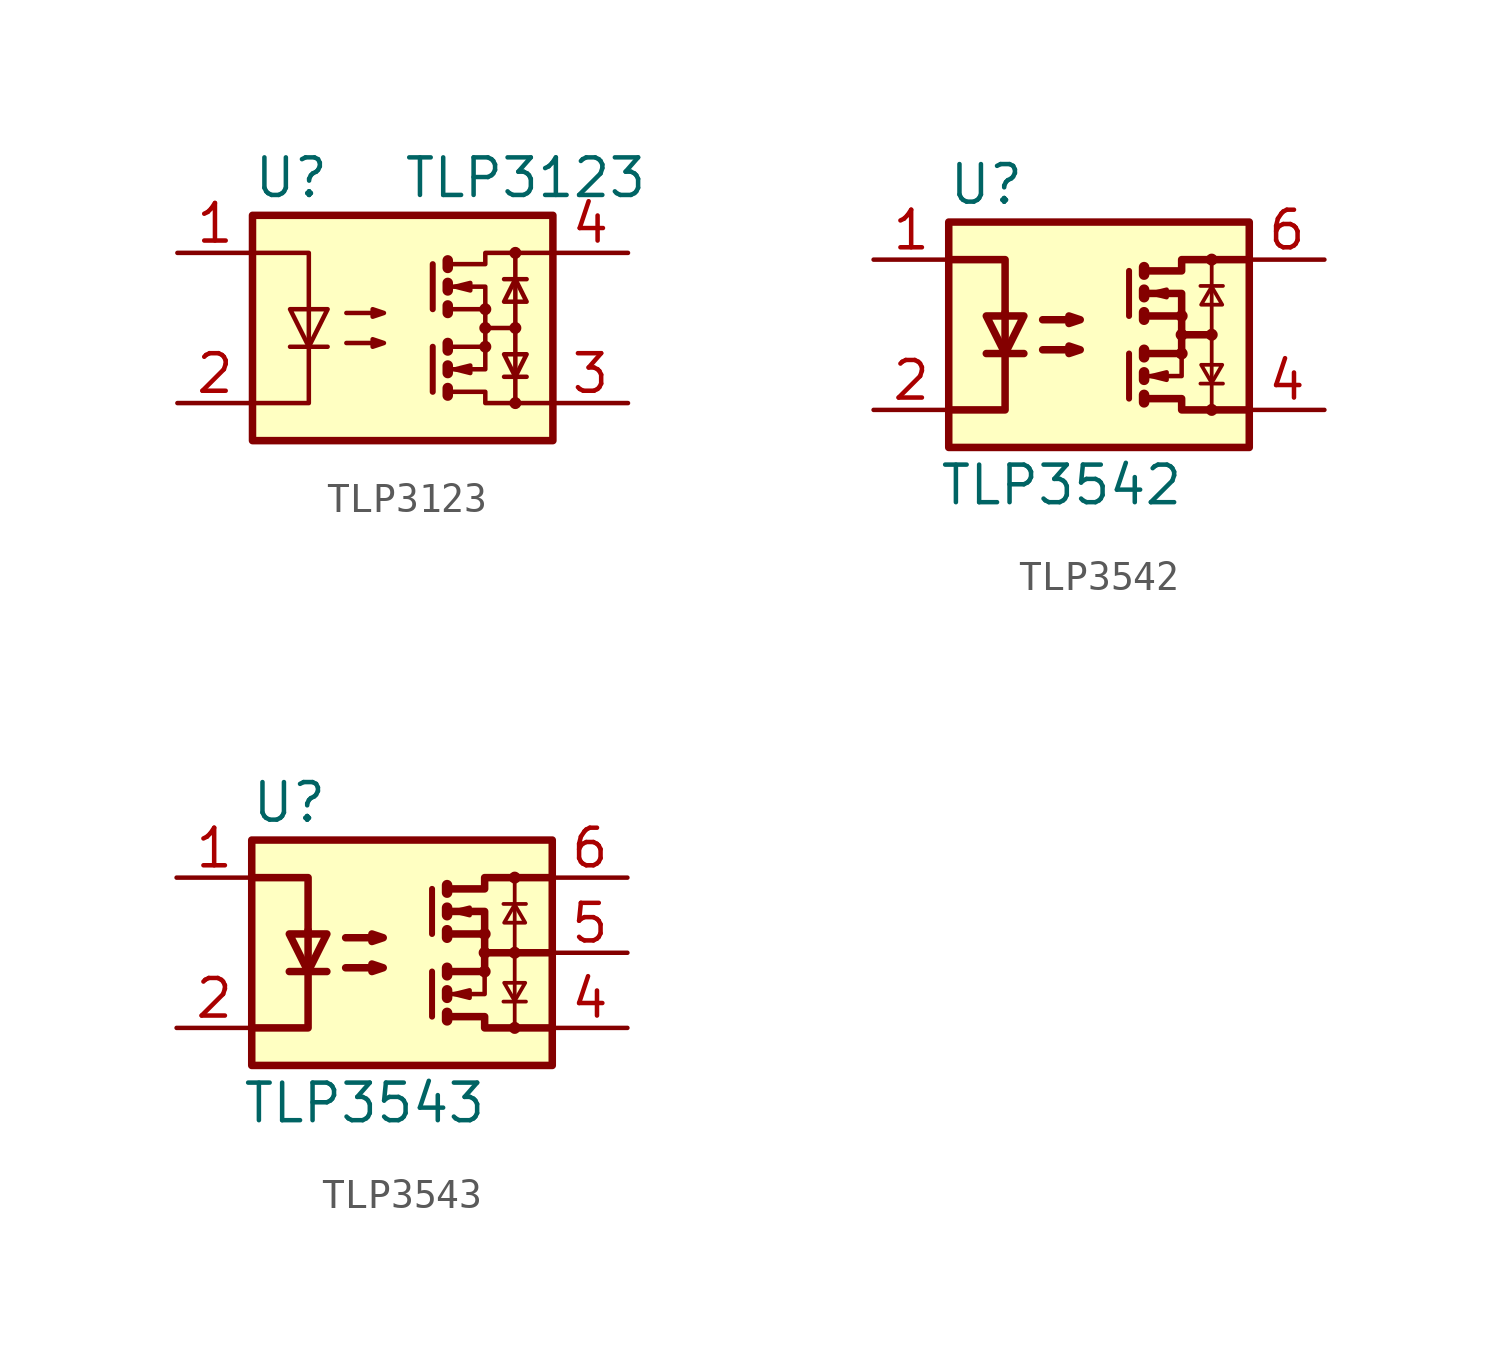
<source format=kicad_sym>
(kicad_symbol_lib
  (version 20201005)
  (generator kicad_symbol_editor)
  (symbol "TLP3123"
    (property "Reference" "U"
      (at -5.08 5.08 0)
      (effects (font (size 1.27 1.27)) (justify left)))
    (property "Value" "TLP3123"
      (at 0 5.08 0)
      (effects (font (size 1.27 1.27)) (justify left)))
    (symbol "TLP3123_0_1"
      (circle (center 2.794 -0.635) (radius 0.127) (stroke (width 0)) (fill (type none)))
      (circle (center 2.794 0) (radius 0.127) (stroke (width 0)) (fill (type none)))
      (circle (center 2.794 0.635) (radius 0.127) (stroke (width 0)) (fill (type none)))
      (circle (center 3.81 -2.54) (radius 0.127) (stroke (width 0)) (fill (type none)))
      (circle (center 3.81 0) (radius 0.127) (stroke (width 0)) (fill (type none)))
      (circle (center 3.81 2.54) (radius 0.127) (stroke (width 0)) (fill (type none)))
      (rectangle (start -5.08 3.81) (end 5.08 -3.81) (stroke (width 0.254)) (fill (type background)))
      (polyline (pts (xy -3.81 -0.635) (xy -2.54 -0.635)) (stroke (width 0)) (fill (type none)))
      (polyline (pts (xy -3.175 0.635) (xy -3.175 -0.635)) (stroke (width 0)) (fill (type none)))
      (polyline (pts (xy 1.016 -0.635) (xy 1.016 -2.159)) (stroke (width 0.203)) (fill (type none)))
      (polyline (pts (xy 1.016 2.159) (xy 1.016 0.635)) (stroke (width 0.203)) (fill (type none)))
      (polyline (pts (xy 1.524 -0.508) (xy 1.524 -0.762)) (stroke (width 0.356)) (fill (type none)))
      (polyline (pts (xy 2.794 0) (xy 3.81 0)) (stroke (width 0)) (fill (type none)))
      (polyline (pts (xy 3.429 -1.651) (xy 4.191 -1.651)) (stroke (width 0)) (fill (type none)))
      (polyline (pts (xy 3.429 1.651) (xy 4.191 1.651)) (stroke (width 0)) (fill (type none)))
      (polyline (pts (xy 3.81 0) (xy 3.81 -2.54)) (stroke (width 0)) (fill (type none)))
      (polyline (pts (xy 3.81 0) (xy 3.81 2.54)) (stroke (width 0)) (fill (type none)))
      (polyline (pts (xy -5.08 2.54) (xy -3.175 2.54) (xy -3.175 0.635)) (stroke (width 0)) (fill (type none)))
      (polyline (pts (xy -3.175 -0.635) (xy -3.175 -2.54) (xy -5.08 -2.54)) (stroke (width 0)) (fill (type none)))
      (polyline (pts (xy 1.524 -2.032) (xy 1.524 -2.286) (xy 1.524 -2.286)) (stroke (width 0.356)) (fill (type none)))
      (polyline (pts (xy 1.524 -1.27) (xy 1.524 -1.524) (xy 1.524 -1.524)) (stroke (width 0.356)) (fill (type none)))
      (polyline (pts (xy 1.524 0.762) (xy 1.524 0.508) (xy 1.524 0.508)) (stroke (width 0.356)) (fill (type none)))
      (polyline (pts (xy 1.524 1.524) (xy 1.524 1.27) (xy 1.524 1.27)) (stroke (width 0.356)) (fill (type none)))
      (polyline (pts (xy 1.524 2.286) (xy 1.524 2.032) (xy 1.524 2.032)) (stroke (width 0.356)) (fill (type none)))
      (polyline (pts (xy 1.651 -1.397) (xy 2.794 -1.397) (xy 2.794 -0.635)) (stroke (width 0)) (fill (type none)))
      (polyline (pts (xy 1.651 1.397) (xy 2.794 1.397) (xy 2.794 0.635)) (stroke (width 0)) (fill (type none)))
      (polyline (pts (xy -3.175 -0.635) (xy -3.81 0.635) (xy -2.54 0.635) (xy -3.175 -0.635)) (stroke (width 0)) (fill (type none)))
      (polyline (pts (xy 1.651 -2.159) (xy 2.794 -2.159) (xy 2.794 -2.54) (xy 5.08 -2.54)) (stroke (width 0)) (fill (type none)))
      (polyline (pts (xy 1.651 -0.635) (xy 2.794 -0.635) (xy 2.794 0.635) (xy 1.651 0.635)) (stroke (width 0)) (fill (type none)))
      (polyline (pts (xy 1.651 2.159) (xy 2.794 2.159) (xy 2.794 2.54) (xy 5.08 2.54)) (stroke (width 0)) (fill (type none)))
      (polyline (pts (xy 1.778 -1.397) (xy 2.286 -1.27) (xy 2.286 -1.524) (xy 1.778 -1.397)) (stroke (width 0)) (fill (type none)))
      (polyline (pts (xy 1.778 1.397) (xy 2.286 1.524) (xy 2.286 1.27) (xy 1.778 1.397)) (stroke (width 0)) (fill (type none)))
      (polyline (pts (xy 3.81 -1.651) (xy 3.429 -0.889) (xy 4.191 -0.889) (xy 3.81 -1.651)) (stroke (width 0)) (fill (type none)))
      (polyline (pts (xy 3.81 1.651) (xy 3.429 0.889) (xy 4.191 0.889) (xy 3.81 1.651)) (stroke (width 0)) (fill (type none)))
      (polyline (pts (xy -1.905 -0.508) (xy -0.635 -0.508) (xy -1.016 -0.635) (xy -1.016 -0.381) (xy -0.635 -0.508)) (stroke (width 0)) (fill (type none)))
      (polyline (pts (xy -1.905 0.508) (xy -0.635 0.508) (xy -1.016 0.381) (xy -1.016 0.635) (xy -0.635 0.508)) (stroke (width 0)) (fill (type none))))
    (symbol "TLP3123_1_1"
      (pin passive line (at -7.62 2.54 0) (length 2.54) (name "~" (effects (font (size 1.27 1.27)))) (number "1" (effects (font (size 1.27 1.27)))))
      (pin passive line (at -7.62 -2.54 0) (length 2.54) (name "~" (effects (font (size 1.27 1.27)))) (number "2" (effects (font (size 1.27 1.27)))))
      (pin passive line (at 7.62 -2.54 180) (length 2.54) (name "~" (effects (font (size 1.27 1.27)))) (number "3" (effects (font (size 1.27 1.27)))))
      (pin passive line (at 7.62 2.54 180) (length 2.54) (name "~" (effects (font (size 1.27 1.27)))) (number "4" (effects (font (size 1.27 1.27)))))))
  (symbol "TLP3542"
    (pin_names
      (offset 1.016))
    (property "Reference" "U"
      (at -3.81 5.08 0)
      (effects (font (size 1.27 1.27))))
    (property "Value" "TLP3542"
      (at -1.27 -5.08 0)
      (effects (font (size 1.27 1.27))))
    (symbol "TLP3542_0_1"
      (circle (center 2.794 -0.635) (radius 0.127) (stroke (width 0)) (fill (type none)))
      (circle (center 2.794 0) (radius 0.127) (stroke (width 0)) (fill (type none)))
      (circle (center 2.794 0.635) (radius 0.127) (stroke (width 0)) (fill (type none)))
      (circle (center 3.81 -2.54) (radius 0.127) (stroke (width 0)) (fill (type none)))
      (circle (center 3.81 0) (radius 0.127) (stroke (width 0)) (fill (type none)))
      (circle (center 3.81 2.54) (radius 0.127) (stroke (width 0)) (fill (type none)))
      (polyline (pts (xy -3.81 -0.635) (xy -2.54 -0.635)) (stroke (width 0.254)) (fill (type none)))
      (polyline (pts (xy -3.175 -0.635) (xy -3.175 0.762)) (stroke (width 0.254)) (fill (type none)))
      (polyline (pts (xy 1.016 -0.635) (xy 1.016 -2.159)) (stroke (width 0.203)) (fill (type none)))
      (polyline (pts (xy 1.016 2.159) (xy 1.016 0.635)) (stroke (width 0.203)) (fill (type none)))
      (polyline (pts (xy 1.524 -0.508) (xy 1.524 -0.762)) (stroke (width 0.356)) (fill (type none)))
      (polyline (pts (xy 2.794 0) (xy 3.81 0)) (stroke (width 0.254)) (fill (type none)))
      (polyline (pts (xy 3.429 -1.651) (xy 4.191 -1.651)) (stroke (width 0.127)) (fill (type none)))
      (polyline (pts (xy 3.429 1.651) (xy 4.191 1.651)) (stroke (width 0.127)) (fill (type none)))
      (polyline (pts (xy 3.81 0) (xy 3.81 -2.54)) (stroke (width 0.127)) (fill (type none)))
      (polyline (pts (xy 3.81 0) (xy 3.81 2.54)) (stroke (width 0.127)) (fill (type none)))
      (polyline (pts (xy -5.08 2.54) (xy -3.175 2.54) (xy -3.175 0.635)) (stroke (width 0.254)) (fill (type none)))
      (polyline (pts (xy -3.175 -0.635) (xy -3.175 -2.54) (xy -5.08 -2.54)) (stroke (width 0.254)) (fill (type none)))
      (polyline (pts (xy 1.524 -2.032) (xy 1.524 -2.286) (xy 1.524 -2.286)) (stroke (width 0.356)) (fill (type none)))
      (polyline (pts (xy 1.524 -1.27) (xy 1.524 -1.524) (xy 1.524 -1.524)) (stroke (width 0.356)) (fill (type none)))
      (polyline (pts (xy 1.524 0.762) (xy 1.524 0.508) (xy 1.524 0.508)) (stroke (width 0.356)) (fill (type none)))
      (polyline (pts (xy 1.524 1.524) (xy 1.524 1.27) (xy 1.524 1.27)) (stroke (width 0.356)) (fill (type none)))
      (polyline (pts (xy 1.524 2.286) (xy 1.524 2.032) (xy 1.524 2.032)) (stroke (width 0.356)) (fill (type none)))
      (polyline (pts (xy 1.651 -1.397) (xy 2.794 -1.397) (xy 2.794 -0.635)) (stroke (width 0)) (fill (type none)))
      (polyline (pts (xy 1.651 1.397) (xy 2.794 1.397) (xy 2.794 0.635)) (stroke (width 0.254)) (fill (type none)))
      (polyline (pts (xy -3.175 -0.635) (xy -2.54 0.635) (xy -3.81 0.635) (xy -3.175 -0.635)) (stroke (width 0.254)) (fill (type none)))
      (polyline (pts (xy 1.651 -2.159) (xy 2.794 -2.159) (xy 2.794 -2.54) (xy 5.08 -2.54)) (stroke (width 0.254)) (fill (type none)))
      (polyline (pts (xy 1.651 -0.635) (xy 2.794 -0.635) (xy 2.794 0.635) (xy 1.651 0.635)) (stroke (width 0.254)) (fill (type none)))
      (polyline (pts (xy 1.651 2.159) (xy 2.794 2.159) (xy 2.794 2.54) (xy 5.08 2.54)) (stroke (width 0.254)) (fill (type none)))
      (polyline (pts (xy 1.778 -1.397) (xy 2.286 -1.27) (xy 2.286 -1.524) (xy 1.778 -1.397)) (stroke (width 0)) (fill (type none)))
      (polyline (pts (xy 1.778 1.397) (xy 2.286 1.524) (xy 2.286 1.27) (xy 1.778 1.397)) (stroke (width 0)) (fill (type none)))
      (polyline (pts (xy 3.81 -1.626) (xy 3.454 -1.016) (xy 4.166 -1.016) (xy 3.81 -1.626)) (stroke (width 0.127)) (fill (type none)))
      (polyline (pts (xy 3.81 1.626) (xy 3.454 1.016) (xy 4.166 1.016) (xy 3.81 1.626)) (stroke (width 0.127)) (fill (type none)))
      (polyline (pts (xy -1.905 -0.508) (xy -0.635 -0.508) (xy -1.016 -0.635) (xy -1.016 -0.381) (xy -0.635 -0.508)) (stroke (width 0.254)) (fill (type none)))
      (polyline (pts (xy -1.905 0.508) (xy -0.635 0.508) (xy -1.016 0.381) (xy -1.016 0.635) (xy -0.635 0.508)) (stroke (width 0.254)) (fill (type none))))
    (symbol "TLP3542_1_1"
      (rectangle (start -5.08 3.81) (end 5.08 -3.81) (stroke (width 0.254)) (fill (type background)))
      (pin passive line (at -7.62 2.54 0) (length 2.54) (name "~" (effects (font (size 1.27 1.27)))) (number "1" (effects (font (size 1.27 1.27)))))
      (pin passive line (at -7.62 -2.54 0) (length 2.54) (name "~" (effects (font (size 1.27 1.27)))) (number "2" (effects (font (size 1.27 1.27)))))
      (pin no_connect line (at -5.08 0 0) (length 2.54) hide (name "~" (effects (font (size 1.27 1.27)))) (number "3" (effects (font (size 1.27 1.27)))))
      (pin passive line (at 7.62 -2.54 180) (length 2.54) (name "~" (effects (font (size 1.27 1.27)))) (number "4" (effects (font (size 1.27 1.27)))))
      (pin passive line (at 7.62 2.54 180) (length 2.54) (name "~" (effects (font (size 1.27 1.27)))) (number "6" (effects (font (size 1.27 1.27)))))))
  (symbol "TLP3543"
    (pin_names
      (offset 1.016))
    (property "Reference" "U"
      (at -3.81 5.08 0)
      (effects (font (size 1.27 1.27))))
    (property "Value" "TLP3543"
      (at -1.27 -5.08 0)
      (effects (font (size 1.27 1.27))))
    (symbol "TLP3543_0_1"
      (circle (center 2.794 -0.635) (radius 0.127) (stroke (width 0)) (fill (type none)))
      (circle (center 2.794 0) (radius 0.127) (stroke (width 0)) (fill (type none)))
      (circle (center 2.794 0.635) (radius 0.127) (stroke (width 0)) (fill (type none)))
      (circle (center 3.81 -2.54) (radius 0.127) (stroke (width 0)) (fill (type none)))
      (circle (center 3.81 2.54) (radius 0.127) (stroke (width 0)) (fill (type none)))
      (rectangle (start -5.08 3.81) (end 5.08 -3.81) (stroke (width 0.254)) (fill (type background)))
      (polyline (pts (xy -3.81 -0.635) (xy -2.54 -0.635)) (stroke (width 0.254)) (fill (type none)))
      (polyline (pts (xy -3.175 -0.635) (xy -3.175 0.762)) (stroke (width 0.254)) (fill (type none)))
      (polyline (pts (xy 1.016 -0.635) (xy 1.016 -2.159)) (stroke (width 0.203)) (fill (type none)))
      (polyline (pts (xy 1.016 2.159) (xy 1.016 0.635)) (stroke (width 0.203)) (fill (type none)))
      (polyline (pts (xy 1.524 -0.508) (xy 1.524 -0.762)) (stroke (width 0.356)) (fill (type none)))
      (polyline (pts (xy 5.105 0) (xy 3.835 0)) (stroke (width 0.254)) (fill (type none)))
      (polyline (pts (xy -5.08 2.54) (xy -3.175 2.54) (xy -3.175 0.635)) (stroke (width 0.254)) (fill (type none)))
      (polyline (pts (xy -3.175 -0.635) (xy -3.175 -2.54) (xy -5.08 -2.54)) (stroke (width 0.254)) (fill (type none)))
      (polyline (pts (xy 1.524 -2.032) (xy 1.524 -2.286) (xy 1.524 -2.286)) (stroke (width 0.356)) (fill (type none)))
      (polyline (pts (xy 1.524 -1.27) (xy 1.524 -1.524) (xy 1.524 -1.524)) (stroke (width 0.356)) (fill (type none)))
      (polyline (pts (xy 1.524 0.762) (xy 1.524 0.508) (xy 1.524 0.508)) (stroke (width 0.356)) (fill (type none)))
      (polyline (pts (xy 1.524 1.524) (xy 1.524 1.27) (xy 1.524 1.27)) (stroke (width 0.356)) (fill (type none)))
      (polyline (pts (xy 1.524 2.286) (xy 1.524 2.032) (xy 1.524 2.032)) (stroke (width 0.356)) (fill (type none)))
      (polyline (pts (xy 1.651 -1.397) (xy 2.794 -1.397) (xy 2.794 -0.635)) (stroke (width 0)) (fill (type none)))
      (polyline (pts (xy 1.651 1.397) (xy 2.794 1.397) (xy 2.794 0.635)) (stroke (width 0.254)) (fill (type none)))
      (polyline (pts (xy -3.175 -0.635) (xy -2.54 0.635) (xy -3.81 0.635) (xy -3.175 -0.635)) (stroke (width 0.254)) (fill (type none)))
      (polyline (pts (xy 1.651 -2.159) (xy 2.794 -2.159) (xy 2.794 -2.54) (xy 5.08 -2.54)) (stroke (width 0.254)) (fill (type none)))
      (polyline (pts (xy 1.651 -0.635) (xy 2.794 -0.635) (xy 2.794 0.635) (xy 1.651 0.635)) (stroke (width 0.254)) (fill (type none)))
      (polyline (pts (xy 1.651 2.159) (xy 2.794 2.159) (xy 2.794 2.54) (xy 5.08 2.54)) (stroke (width 0.254)) (fill (type none)))
      (polyline (pts (xy 1.778 -1.397) (xy 2.286 -1.27) (xy 2.286 -1.524) (xy 1.778 -1.397)) (stroke (width 0)) (fill (type none)))
      (polyline (pts (xy 1.778 1.397) (xy 2.286 1.524) (xy 2.286 1.27) (xy 1.778 1.397)) (stroke (width 0)) (fill (type none)))
      (polyline (pts (xy -1.905 -0.508) (xy -0.635 -0.508) (xy -1.016 -0.635) (xy -1.016 -0.381) (xy -0.635 -0.508)) (stroke (width 0.254)) (fill (type none)))
      (polyline (pts (xy -1.905 0.508) (xy -0.635 0.508) (xy -1.016 0.381) (xy -1.016 0.635) (xy -0.635 0.508)) (stroke (width 0.254)) (fill (type none))))
    (symbol "TLP3543_1_1"
      (circle (center 3.81 0) (radius 0.127) (stroke (width 0)) (fill (type none)))
      (polyline (pts (xy 2.794 0) (xy 3.81 0)) (stroke (width 0.254)) (fill (type none)))
      (polyline (pts (xy 3.429 -1.651) (xy 4.191 -1.651)) (stroke (width 0.127)) (fill (type none)))
      (polyline (pts (xy 3.429 1.651) (xy 4.191 1.651)) (stroke (width 0.127)) (fill (type none)))
      (polyline (pts (xy 3.81 0) (xy 3.81 -2.54)) (stroke (width 0.127)) (fill (type none)))
      (polyline (pts (xy 3.81 0) (xy 3.81 2.54)) (stroke (width 0.127)) (fill (type none)))
      (polyline (pts (xy 3.81 -1.626) (xy 3.454 -1.016) (xy 4.166 -1.016) (xy 3.81 -1.626)) (stroke (width 0.127)) (fill (type none)))
      (polyline (pts (xy 3.81 1.626) (xy 3.454 1.016) (xy 4.166 1.016) (xy 3.81 1.626)) (stroke (width 0.127)) (fill (type none)))
      (pin passive line (at -7.62 2.54 0) (length 2.54) (name "~" (effects (font (size 1.27 1.27)))) (number "1" (effects (font (size 1.27 1.27)))))
      (pin passive line (at -7.62 -2.54 0) (length 2.54) (name "~" (effects (font (size 1.27 1.27)))) (number "2" (effects (font (size 1.27 1.27)))))
      (pin no_connect line (at -5.08 0 0) (length 2.54) hide (name "~" (effects (font (size 1.27 1.27)))) (number "3" (effects (font (size 1.27 1.27)))))
      (pin passive line (at 7.62 -2.54 180) (length 2.54) (name "~" (effects (font (size 1.27 1.27)))) (number "4" (effects (font (size 1.27 1.27)))))
      (pin passive line (at 7.62 0 180) (length 2.54) (name "~" (effects (font (size 1.27 1.27)))) (number "5" (effects (font (size 1.27 1.27)))))
      (pin passive line (at 7.62 2.54 180) (length 2.54) (name "~" (effects (font (size 1.27 1.27)))) (number "6" (effects (font (size 1.27 1.27))))))))
</source>
